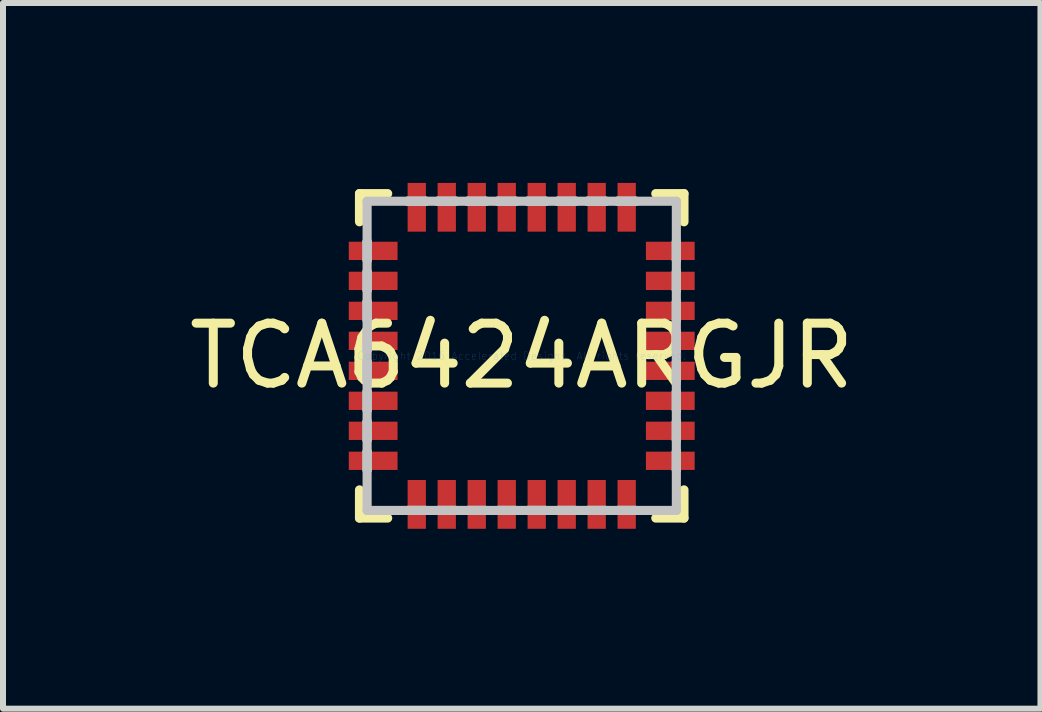
<source format=kicad_pcb>
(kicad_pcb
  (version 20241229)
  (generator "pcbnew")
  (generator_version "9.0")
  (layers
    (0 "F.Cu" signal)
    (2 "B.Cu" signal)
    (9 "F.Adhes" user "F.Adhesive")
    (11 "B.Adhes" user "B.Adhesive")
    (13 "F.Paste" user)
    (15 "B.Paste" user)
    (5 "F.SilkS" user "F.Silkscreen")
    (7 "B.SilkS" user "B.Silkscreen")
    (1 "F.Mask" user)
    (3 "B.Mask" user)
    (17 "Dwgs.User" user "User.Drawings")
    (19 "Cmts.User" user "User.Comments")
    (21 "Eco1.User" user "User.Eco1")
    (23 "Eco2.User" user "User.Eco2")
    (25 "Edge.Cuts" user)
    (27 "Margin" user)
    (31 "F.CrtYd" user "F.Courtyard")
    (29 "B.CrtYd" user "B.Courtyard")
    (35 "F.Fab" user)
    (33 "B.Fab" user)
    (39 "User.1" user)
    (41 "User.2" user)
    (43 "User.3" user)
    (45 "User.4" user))
  (footprint "TCA6424ARGJR"
    (layer "F.Cu")
    (at 5.649 2.883)
    (property "Reference" "TCA6424ARGJR" (at 0 0 0) (layer "F.SilkS") (effects (font (size 1 1) (thickness 0.15))))
    (attr through_hole)
    (fp_line (start -2.705 -2.705) (end -2.705 -2.235) (stroke (width 0.152) (type solid)) (layer "F.SilkS"))
    (fp_line (start -2.705 2.235) (end -2.705 2.705) (stroke (width 0.152) (type solid)) (layer "F.SilkS"))
    (fp_line (start -2.705 2.705) (end -2.235 2.705) (stroke (width 0.152) (type solid)) (layer "F.SilkS"))
    (fp_line (start -2.235 -2.705) (end -2.705 -2.705) (stroke (width 0.152) (type solid)) (layer "F.SilkS"))
    (fp_line (start 2.235 2.705) (end 2.705 2.705) (stroke (width 0.152) (type solid)) (layer "F.SilkS"))
    (fp_line (start 2.705 -2.705) (end 2.235 -2.705) (stroke (width 0.152) (type solid)) (layer "F.SilkS"))
    (fp_line (start 2.705 -2.235) (end 2.705 -2.705) (stroke (width 0.152) (type solid)) (layer "F.SilkS"))
    (fp_line (start 2.705 2.705) (end 2.705 2.235) (stroke (width 0.152) (type solid)) (layer "F.SilkS"))
    (fp_line (start -2.578 -2.578) (end -2.578 2.578) (stroke (width 0.152) (type solid)) (layer "Dwgs.User"))
    (fp_line (start -2.578 -1.902) (end -2.578 -1.902) (stroke (width 0.152) (type solid)) (layer "Dwgs.User"))
    (fp_line (start -2.578 -1.902) (end -2.578 -1.598) (stroke (width 0.152) (type solid)) (layer "Dwgs.User"))
    (fp_line (start -2.578 -1.598) (end -2.578 -1.902) (stroke (width 0.152) (type solid)) (layer "Dwgs.User"))
    (fp_line (start -2.578 -1.598) (end -2.578 -1.598) (stroke (width 0.152) (type solid)) (layer "Dwgs.User"))
    (fp_line (start -2.578 -1.402) (end -2.578 -1.402) (stroke (width 0.152) (type solid)) (layer "Dwgs.User"))
    (fp_line (start -2.578 -1.402) (end -2.578 -1.098) (stroke (width 0.152) (type solid)) (layer "Dwgs.User"))
    (fp_line (start -2.578 -1.098) (end -2.578 -1.402) (stroke (width 0.152) (type solid)) (layer "Dwgs.User"))
    (fp_line (start -2.578 -1.098) (end -2.578 -1.098) (stroke (width 0.152) (type solid)) (layer "Dwgs.User"))
    (fp_line (start -2.578 -0.902) (end -2.578 -0.902) (stroke (width 0.152) (type solid)) (layer "Dwgs.User"))
    (fp_line (start -2.578 -0.902) (end -2.578 -0.598) (stroke (width 0.152) (type solid)) (layer "Dwgs.User"))
    (fp_line (start -2.578 -0.598) (end -2.578 -0.902) (stroke (width 0.152) (type solid)) (layer "Dwgs.User"))
    (fp_line (start -2.578 -0.598) (end -2.578 -0.598) (stroke (width 0.152) (type solid)) (layer "Dwgs.User"))
    (fp_line (start -2.578 -0.402) (end -2.578 -0.402) (stroke (width 0.152) (type solid)) (layer "Dwgs.User"))
    (fp_line (start -2.578 -0.402) (end -2.578 -0.098) (stroke (width 0.152) (type solid)) (layer "Dwgs.User"))
    (fp_line (start -2.578 -0.098) (end -2.578 -0.402) (stroke (width 0.152) (type solid)) (layer "Dwgs.User"))
    (fp_line (start -2.578 -0.098) (end -2.578 -0.098) (stroke (width 0.152) (type solid)) (layer "Dwgs.User"))
    (fp_line (start -2.578 0.098) (end -2.578 0.098) (stroke (width 0.152) (type solid)) (layer "Dwgs.User"))
    (fp_line (start -2.578 0.098) (end -2.578 0.402) (stroke (width 0.152) (type solid)) (layer "Dwgs.User"))
    (fp_line (start -2.578 0.402) (end -2.578 0.098) (stroke (width 0.152) (type solid)) (layer "Dwgs.User"))
    (fp_line (start -2.578 0.402) (end -2.578 0.402) (stroke (width 0.152) (type solid)) (layer "Dwgs.User"))
    (fp_line (start -2.578 0.598) (end -2.578 0.598) (stroke (width 0.152) (type solid)) (layer "Dwgs.User"))
    (fp_line (start -2.578 0.598) (end -2.578 0.902) (stroke (width 0.152) (type solid)) (layer "Dwgs.User"))
    (fp_line (start -2.578 0.902) (end -2.578 0.598) (stroke (width 0.152) (type solid)) (layer "Dwgs.User"))
    (fp_line (start -2.578 0.902) (end -2.578 0.902) (stroke (width 0.152) (type solid)) (layer "Dwgs.User"))
    (fp_line (start -2.578 1.098) (end -2.578 1.098) (stroke (width 0.152) (type solid)) (layer "Dwgs.User"))
    (fp_line (start -2.578 1.098) (end -2.578 1.402) (stroke (width 0.152) (type solid)) (layer "Dwgs.User"))
    (fp_line (start -2.578 1.402) (end -2.578 1.098) (stroke (width 0.152) (type solid)) (layer "Dwgs.User"))
    (fp_line (start -2.578 1.402) (end -2.578 1.402) (stroke (width 0.152) (type solid)) (layer "Dwgs.User"))
    (fp_line (start -2.578 1.598) (end -2.578 1.598) (stroke (width 0.152) (type solid)) (layer "Dwgs.User"))
    (fp_line (start -2.578 1.598) (end -2.578 1.902) (stroke (width 0.152) (type solid)) (layer "Dwgs.User"))
    (fp_line (start -2.578 1.902) (end -2.578 1.598) (stroke (width 0.152) (type solid)) (layer "Dwgs.User"))
    (fp_line (start -2.578 1.902) (end -2.578 1.902) (stroke (width 0.152) (type solid)) (layer "Dwgs.User"))
    (fp_line (start -2.578 2.578) (end 2.578 2.578) (stroke (width 0.152) (type solid)) (layer "Dwgs.User"))
    (fp_line (start -1.902 -2.578) (end -1.902 -2.578) (stroke (width 0.152) (type solid)) (layer "Dwgs.User"))
    (fp_line (start -1.902 -2.578) (end -1.598 -2.578) (stroke (width 0.152) (type solid)) (layer "Dwgs.User"))
    (fp_line (start -1.902 2.578) (end -1.902 2.578) (stroke (width 0.152) (type solid)) (layer "Dwgs.User"))
    (fp_line (start -1.902 2.578) (end -1.598 2.578) (stroke (width 0.152) (type solid)) (layer "Dwgs.User"))
    (fp_line (start -1.598 -2.578) (end -1.902 -2.578) (stroke (width 0.152) (type solid)) (layer "Dwgs.User"))
    (fp_line (start -1.598 -2.578) (end -1.598 -2.578) (stroke (width 0.152) (type solid)) (layer "Dwgs.User"))
    (fp_line (start -1.598 2.578) (end -1.902 2.578) (stroke (width 0.152) (type solid)) (layer "Dwgs.User"))
    (fp_line (start -1.598 2.578) (end -1.598 2.578) (stroke (width 0.152) (type solid)) (layer "Dwgs.User"))
    (fp_line (start -1.402 -2.578) (end -1.402 -2.578) (stroke (width 0.152) (type solid)) (layer "Dwgs.User"))
    (fp_line (start -1.402 -2.578) (end -1.098 -2.578) (stroke (width 0.152) (type solid)) (layer "Dwgs.User"))
    (fp_line (start -1.402 2.578) (end -1.402 2.578) (stroke (width 0.152) (type solid)) (layer "Dwgs.User"))
    (fp_line (start -1.402 2.578) (end -1.098 2.578) (stroke (width 0.152) (type solid)) (layer "Dwgs.User"))
    (fp_line (start -1.098 -2.578) (end -1.402 -2.578) (stroke (width 0.152) (type solid)) (layer "Dwgs.User"))
    (fp_line (start -1.098 -2.578) (end -1.098 -2.578) (stroke (width 0.152) (type solid)) (layer "Dwgs.User"))
    (fp_line (start -1.098 2.578) (end -1.402 2.578) (stroke (width 0.152) (type solid)) (layer "Dwgs.User"))
    (fp_line (start -1.098 2.578) (end -1.098 2.578) (stroke (width 0.152) (type solid)) (layer "Dwgs.User"))
    (fp_line (start -0.902 -2.578) (end -0.902 -2.578) (stroke (width 0.152) (type solid)) (layer "Dwgs.User"))
    (fp_line (start -0.902 -2.578) (end -0.598 -2.578) (stroke (width 0.152) (type solid)) (layer "Dwgs.User"))
    (fp_line (start -0.902 2.578) (end -0.902 2.578) (stroke (width 0.152) (type solid)) (layer "Dwgs.User"))
    (fp_line (start -0.902 2.578) (end -0.598 2.578) (stroke (width 0.152) (type solid)) (layer "Dwgs.User"))
    (fp_line (start -0.598 -2.578) (end -0.902 -2.578) (stroke (width 0.152) (type solid)) (layer "Dwgs.User"))
    (fp_line (start -0.598 -2.578) (end -0.598 -2.578) (stroke (width 0.152) (type solid)) (layer "Dwgs.User"))
    (fp_line (start -0.598 2.578) (end -0.902 2.578) (stroke (width 0.152) (type solid)) (layer "Dwgs.User"))
    (fp_line (start -0.598 2.578) (end -0.598 2.578) (stroke (width 0.152) (type solid)) (layer "Dwgs.User"))
    (fp_line (start -0.402 -2.578) (end -0.402 -2.578) (stroke (width 0.152) (type solid)) (layer "Dwgs.User"))
    (fp_line (start -0.402 -2.578) (end -0.098 -2.578) (stroke (width 0.152) (type solid)) (layer "Dwgs.User"))
    (fp_line (start -0.402 2.578) (end -0.402 2.578) (stroke (width 0.152) (type solid)) (layer "Dwgs.User"))
    (fp_line (start -0.402 2.578) (end -0.098 2.578) (stroke (width 0.152) (type solid)) (layer "Dwgs.User"))
    (fp_line (start -0.098 -2.578) (end -0.402 -2.578) (stroke (width 0.152) (type solid)) (layer "Dwgs.User"))
    (fp_line (start -0.098 -2.578) (end -0.098 -2.578) (stroke (width 0.152) (type solid)) (layer "Dwgs.User"))
    (fp_line (start -0.098 2.578) (end -0.402 2.578) (stroke (width 0.152) (type solid)) (layer "Dwgs.User"))
    (fp_line (start -0.098 2.578) (end -0.098 2.578) (stroke (width 0.152) (type solid)) (layer "Dwgs.User"))
    (fp_line (start 0.098 -2.578) (end 0.098 -2.578) (stroke (width 0.152) (type solid)) (layer "Dwgs.User"))
    (fp_line (start 0.098 -2.578) (end 0.402 -2.578) (stroke (width 0.152) (type solid)) (layer "Dwgs.User"))
    (fp_line (start 0.098 2.578) (end 0.098 2.578) (stroke (width 0.152) (type solid)) (layer "Dwgs.User"))
    (fp_line (start 0.098 2.578) (end 0.402 2.578) (stroke (width 0.152) (type solid)) (layer "Dwgs.User"))
    (fp_line (start 0.402 -2.578) (end 0.098 -2.578) (stroke (width 0.152) (type solid)) (layer "Dwgs.User"))
    (fp_line (start 0.402 -2.578) (end 0.402 -2.578) (stroke (width 0.152) (type solid)) (layer "Dwgs.User"))
    (fp_line (start 0.402 2.578) (end 0.098 2.578) (stroke (width 0.152) (type solid)) (layer "Dwgs.User"))
    (fp_line (start 0.402 2.578) (end 0.402 2.578) (stroke (width 0.152) (type solid)) (layer "Dwgs.User"))
    (fp_line (start 0.598 -2.578) (end 0.598 -2.578) (stroke (width 0.152) (type solid)) (layer "Dwgs.User"))
    (fp_line (start 0.598 -2.578) (end 0.902 -2.578) (stroke (width 0.152) (type solid)) (layer "Dwgs.User"))
    (fp_line (start 0.598 2.578) (end 0.598 2.578) (stroke (width 0.152) (type solid)) (layer "Dwgs.User"))
    (fp_line (start 0.598 2.578) (end 0.902 2.578) (stroke (width 0.152) (type solid)) (layer "Dwgs.User"))
    (fp_line (start 0.902 -2.578) (end 0.598 -2.578) (stroke (width 0.152) (type solid)) (layer "Dwgs.User"))
    (fp_line (start 0.902 -2.578) (end 0.902 -2.578) (stroke (width 0.152) (type solid)) (layer "Dwgs.User"))
    (fp_line (start 0.902 2.578) (end 0.598 2.578) (stroke (width 0.152) (type solid)) (layer "Dwgs.User"))
    (fp_line (start 0.902 2.578) (end 0.902 2.578) (stroke (width 0.152) (type solid)) (layer "Dwgs.User"))
    (fp_line (start 1.098 -2.578) (end 1.098 -2.578) (stroke (width 0.152) (type solid)) (layer "Dwgs.User"))
    (fp_line (start 1.098 -2.578) (end 1.402 -2.578) (stroke (width 0.152) (type solid)) (layer "Dwgs.User"))
    (fp_line (start 1.098 2.578) (end 1.098 2.578) (stroke (width 0.152) (type solid)) (layer "Dwgs.User"))
    (fp_line (start 1.098 2.578) (end 1.402 2.578) (stroke (width 0.152) (type solid)) (layer "Dwgs.User"))
    (fp_line (start 1.402 -2.578) (end 1.098 -2.578) (stroke (width 0.152) (type solid)) (layer "Dwgs.User"))
    (fp_line (start 1.402 -2.578) (end 1.402 -2.578) (stroke (width 0.152) (type solid)) (layer "Dwgs.User"))
    (fp_line (start 1.402 2.578) (end 1.098 2.578) (stroke (width 0.152) (type solid)) (layer "Dwgs.User"))
    (fp_line (start 1.402 2.578) (end 1.402 2.578) (stroke (width 0.152) (type solid)) (layer "Dwgs.User"))
    (fp_line (start 1.598 -2.578) (end 1.598 -2.578) (stroke (width 0.152) (type solid)) (layer "Dwgs.User"))
    (fp_line (start 1.598 -2.578) (end 1.902 -2.578) (stroke (width 0.152) (type solid)) (layer "Dwgs.User"))
    (fp_line (start 1.598 2.578) (end 1.598 2.578) (stroke (width 0.152) (type solid)) (layer "Dwgs.User"))
    (fp_line (start 1.598 2.578) (end 1.902 2.578) (stroke (width 0.152) (type solid)) (layer "Dwgs.User"))
    (fp_line (start 1.902 -2.578) (end 1.598 -2.578) (stroke (width 0.152) (type solid)) (layer "Dwgs.User"))
    (fp_line (start 1.902 -2.578) (end 1.902 -2.578) (stroke (width 0.152) (type solid)) (layer "Dwgs.User"))
    (fp_line (start 1.902 2.578) (end 1.598 2.578) (stroke (width 0.152) (type solid)) (layer "Dwgs.User"))
    (fp_line (start 1.902 2.578) (end 1.902 2.578) (stroke (width 0.152) (type solid)) (layer "Dwgs.User"))
    (fp_line (start 2.578 -2.578) (end -2.578 -2.578) (stroke (width 0.152) (type solid)) (layer "Dwgs.User"))
    (fp_line (start 2.578 -1.902) (end 2.578 -1.902) (stroke (width 0.152) (type solid)) (layer "Dwgs.User"))
    (fp_line (start 2.578 -1.902) (end 2.578 -1.598) (stroke (width 0.152) (type solid)) (layer "Dwgs.User"))
    (fp_line (start 2.578 -1.598) (end 2.578 -1.902) (stroke (width 0.152) (type solid)) (layer "Dwgs.User"))
    (fp_line (start 2.578 -1.598) (end 2.578 -1.598) (stroke (width 0.152) (type solid)) (layer "Dwgs.User"))
    (fp_line (start 2.578 -1.402) (end 2.578 -1.402) (stroke (width 0.152) (type solid)) (layer "Dwgs.User"))
    (fp_line (start 2.578 -1.402) (end 2.578 -1.098) (stroke (width 0.152) (type solid)) (layer "Dwgs.User"))
    (fp_line (start 2.578 -1.098) (end 2.578 -1.402) (stroke (width 0.152) (type solid)) (layer "Dwgs.User"))
    (fp_line (start 2.578 -1.098) (end 2.578 -1.098) (stroke (width 0.152) (type solid)) (layer "Dwgs.User"))
    (fp_line (start 2.578 -0.902) (end 2.578 -0.902) (stroke (width 0.152) (type solid)) (layer "Dwgs.User"))
    (fp_line (start 2.578 -0.902) (end 2.578 -0.598) (stroke (width 0.152) (type solid)) (layer "Dwgs.User"))
    (fp_line (start 2.578 -0.598) (end 2.578 -0.902) (stroke (width 0.152) (type solid)) (layer "Dwgs.User"))
    (fp_line (start 2.578 -0.598) (end 2.578 -0.598) (stroke (width 0.152) (type solid)) (layer "Dwgs.User"))
    (fp_line (start 2.578 -0.402) (end 2.578 -0.402) (stroke (width 0.152) (type solid)) (layer "Dwgs.User"))
    (fp_line (start 2.578 -0.402) (end 2.578 -0.098) (stroke (width 0.152) (type solid)) (layer "Dwgs.User"))
    (fp_line (start 2.578 -0.098) (end 2.578 -0.402) (stroke (width 0.152) (type solid)) (layer "Dwgs.User"))
    (fp_line (start 2.578 -0.098) (end 2.578 -0.098) (stroke (width 0.152) (type solid)) (layer "Dwgs.User"))
    (fp_line (start 2.578 0.098) (end 2.578 0.098) (stroke (width 0.152) (type solid)) (layer "Dwgs.User"))
    (fp_line (start 2.578 0.098) (end 2.578 0.402) (stroke (width 0.152) (type solid)) (layer "Dwgs.User"))
    (fp_line (start 2.578 0.402) (end 2.578 0.098) (stroke (width 0.152) (type solid)) (layer "Dwgs.User"))
    (fp_line (start 2.578 0.402) (end 2.578 0.402) (stroke (width 0.152) (type solid)) (layer "Dwgs.User"))
    (fp_line (start 2.578 0.598) (end 2.578 0.598) (stroke (width 0.152) (type solid)) (layer "Dwgs.User"))
    (fp_line (start 2.578 0.598) (end 2.578 0.902) (stroke (width 0.152) (type solid)) (layer "Dwgs.User"))
    (fp_line (start 2.578 0.902) (end 2.578 0.598) (stroke (width 0.152) (type solid)) (layer "Dwgs.User"))
    (fp_line (start 2.578 0.902) (end 2.578 0.902) (stroke (width 0.152) (type solid)) (layer "Dwgs.User"))
    (fp_line (start 2.578 1.098) (end 2.578 1.098) (stroke (width 0.152) (type solid)) (layer "Dwgs.User"))
    (fp_line (start 2.578 1.098) (end 2.578 1.402) (stroke (width 0.152) (type solid)) (layer "Dwgs.User"))
    (fp_line (start 2.578 1.402) (end 2.578 1.098) (stroke (width 0.152) (type solid)) (layer "Dwgs.User"))
    (fp_line (start 2.578 1.402) (end 2.578 1.402) (stroke (width 0.152) (type solid)) (layer "Dwgs.User"))
    (fp_line (start 2.578 1.598) (end 2.578 1.598) (stroke (width 0.152) (type solid)) (layer "Dwgs.User"))
    (fp_line (start 2.578 1.598) (end 2.578 1.902) (stroke (width 0.152) (type solid)) (layer "Dwgs.User"))
    (fp_line (start 2.578 1.902) (end 2.578 1.598) (stroke (width 0.152) (type solid)) (layer "Dwgs.User"))
    (fp_line (start 2.578 1.902) (end 2.578 1.902) (stroke (width 0.152) (type solid)) (layer "Dwgs.User"))
    (fp_line (start 2.578 2.578) (end 2.578 -2.578) (stroke (width 0.152) (type solid)) (layer "Dwgs.User"))
    (fp_text user "Copyright 2016 Accelerated Designs. All rights reserved." (at 0 0 0) (layer "Cmts.User") (effects (font (size 0.127 0.127) (thickness 0.002))))
    (pad "" smd rect (at -2.477 -1.75 90) (size 0.305 0.813) (layers "F.Mask"))
    (pad "" smd rect (at -2.477 -1.75 90) (size 0.305 0.813) (layers "F.Paste"))
    (pad "" smd rect (at -2.477 -1.25 90) (size 0.305 0.813) (layers "F.Mask"))
    (pad "" smd rect (at -2.477 -1.25 90) (size 0.305 0.813) (layers "F.Paste"))
    (pad "" smd rect (at -2.477 -0.75 90) (size 0.305 0.813) (layers "F.Mask"))
    (pad "" smd rect (at -2.477 -0.75 90) (size 0.305 0.813) (layers "F.Paste"))
    (pad "" smd rect (at -2.477 -0.25 90) (size 0.305 0.813) (layers "F.Mask"))
    (pad "" smd rect (at -2.477 -0.25 90) (size 0.305 0.813) (layers "F.Paste"))
    (pad "" smd rect (at -2.477 0.25 90) (size 0.305 0.813) (layers "F.Mask"))
    (pad "" smd rect (at -2.477 0.25 90) (size 0.305 0.813) (layers "F.Paste"))
    (pad "" smd rect (at -2.477 0.75 90) (size 0.305 0.813) (layers "F.Mask"))
    (pad "" smd rect (at -2.477 0.75 90) (size 0.305 0.813) (layers "F.Paste"))
    (pad "" smd rect (at -2.477 1.25 90) (size 0.305 0.813) (layers "F.Mask"))
    (pad "" smd rect (at -2.477 1.25 90) (size 0.305 0.813) (layers "F.Paste"))
    (pad "" smd rect (at -2.477 1.75 90) (size 0.305 0.813) (layers "F.Mask"))
    (pad "" smd rect (at -2.477 1.75 90) (size 0.305 0.813) (layers "F.Paste"))
    (pad "" smd rect (at -1.75 -2.477) (size 0.305 0.813) (layers "F.Mask"))
    (pad "" smd rect (at -1.75 -2.477) (size 0.305 0.813) (layers "F.Paste"))
    (pad "" smd rect (at -1.75 2.477) (size 0.305 0.813) (layers "F.Mask"))
    (pad "" smd rect (at -1.75 2.477) (size 0.305 0.813) (layers "F.Paste"))
    (pad "" smd rect (at -1.25 -2.477) (size 0.305 0.813) (layers "F.Mask"))
    (pad "" smd rect (at -1.25 -2.477) (size 0.305 0.813) (layers "F.Paste"))
    (pad "" smd rect (at -1.25 2.477) (size 0.305 0.813) (layers "F.Mask"))
    (pad "" smd rect (at -1.25 2.477) (size 0.305 0.813) (layers "F.Paste"))
    (pad "" smd rect (at -0.75 -2.477) (size 0.305 0.813) (layers "F.Mask"))
    (pad "" smd rect (at -0.75 -2.477) (size 0.305 0.813) (layers "F.Paste"))
    (pad "" smd rect (at -0.75 2.477) (size 0.305 0.813) (layers "F.Mask"))
    (pad "" smd rect (at -0.75 2.477) (size 0.305 0.813) (layers "F.Paste"))
    (pad "" smd rect (at -0.25 -2.477) (size 0.305 0.813) (layers "F.Mask"))
    (pad "" smd rect (at -0.25 -2.477) (size 0.305 0.813) (layers "F.Paste"))
    (pad "" smd rect (at -0.25 2.477) (size 0.305 0.813) (layers "F.Mask"))
    (pad "" smd rect (at -0.25 2.477) (size 0.305 0.813) (layers "F.Paste"))
    (pad "" smd rect (at 0.25 -2.477) (size 0.305 0.813) (layers "F.Mask"))
    (pad "" smd rect (at 0.25 -2.477) (size 0.305 0.813) (layers "F.Paste"))
    (pad "" smd rect (at 0.25 2.477) (size 0.305 0.813) (layers "F.Mask"))
    (pad "" smd rect (at 0.25 2.477) (size 0.305 0.813) (layers "F.Paste"))
    (pad "" smd rect (at 0.75 -2.477) (size 0.305 0.813) (layers "F.Mask"))
    (pad "" smd rect (at 0.75 -2.477) (size 0.305 0.813) (layers "F.Paste"))
    (pad "" smd rect (at 0.75 2.477) (size 0.305 0.813) (layers "F.Mask"))
    (pad "" smd rect (at 0.75 2.477) (size 0.305 0.813) (layers "F.Paste"))
    (pad "" smd rect (at 1.25 -2.477) (size 0.305 0.813) (layers "F.Mask"))
    (pad "" smd rect (at 1.25 -2.477) (size 0.305 0.813) (layers "F.Paste"))
    (pad "" smd rect (at 1.25 2.477) (size 0.305 0.813) (layers "F.Mask"))
    (pad "" smd rect (at 1.25 2.477) (size 0.305 0.813) (layers "F.Paste"))
    (pad "" smd rect (at 1.75 -2.477) (size 0.305 0.813) (layers "F.Mask"))
    (pad "" smd rect (at 1.75 -2.477) (size 0.305 0.813) (layers "F.Paste"))
    (pad "" smd rect (at 1.75 2.477) (size 0.305 0.813) (layers "F.Mask"))
    (pad "" smd rect (at 1.75 2.477) (size 0.305 0.813) (layers "F.Paste"))
    (pad "" smd rect (at 2.477 -1.75 90) (size 0.305 0.813) (layers "F.Mask"))
    (pad "" smd rect (at 2.477 -1.75 90) (size 0.305 0.813) (layers "F.Paste"))
    (pad "" smd rect (at 2.477 -1.25 90) (size 0.305 0.813) (layers "F.Mask"))
    (pad "" smd rect (at 2.477 -1.25 90) (size 0.305 0.813) (layers "F.Paste"))
    (pad "" smd rect (at 2.477 -0.75 90) (size 0.305 0.813) (layers "F.Mask"))
    (pad "" smd rect (at 2.477 -0.75 90) (size 0.305 0.813) (layers "F.Paste"))
    (pad "" smd rect (at 2.477 -0.25 90) (size 0.305 0.813) (layers "F.Mask"))
    (pad "" smd rect (at 2.477 -0.25 90) (size 0.305 0.813) (layers "F.Paste"))
    (pad "" smd rect (at 2.477 0.25 90) (size 0.305 0.813) (layers "F.Mask"))
    (pad "" smd rect (at 2.477 0.25 90) (size 0.305 0.813) (layers "F.Paste"))
    (pad "" smd rect (at 2.477 0.75 90) (size 0.305 0.813) (layers "F.Mask"))
    (pad "" smd rect (at 2.477 0.75 90) (size 0.305 0.813) (layers "F.Paste"))
    (pad "" smd rect (at 2.477 1.25 90) (size 0.305 0.813) (layers "F.Mask"))
    (pad "" smd rect (at 2.477 1.25 90) (size 0.305 0.813) (layers "F.Paste"))
    (pad "" smd rect (at 2.477 1.75 90) (size 0.305 0.813) (layers "F.Mask"))
    (pad "" smd rect (at 2.477 1.75 90) (size 0.305 0.813) (layers "F.Paste"))
    (pad "1" smd rect (at 1.75 -2.477) (size 0.305 0.813) (layers "F.Cu"))
    (pad "2" smd rect (at 1.25 -2.477) (size 0.305 0.813) (layers "F.Cu"))
    (pad "3" smd rect (at 0.75 -2.477) (size 0.305 0.813) (layers "F.Cu"))
    (pad "4" smd rect (at 0.25 -2.477) (size 0.305 0.813) (layers "F.Cu"))
    (pad "5" smd rect (at -0.25 -2.477) (size 0.305 0.813) (layers "F.Cu"))
    (pad "6" smd rect (at -0.75 -2.477) (size 0.305 0.813) (layers "F.Cu"))
    (pad "7" smd rect (at -1.25 -2.477) (size 0.305 0.813) (layers "F.Cu"))
    (pad "8" smd rect (at -1.75 -2.477) (size 0.305 0.813) (layers "F.Cu"))
    (pad "9" smd rect (at -2.477 -1.75 90) (size 0.305 0.813) (layers "F.Cu"))
    (pad "10" smd rect (at -2.477 -1.25 90) (size 0.305 0.813) (layers "F.Cu"))
    (pad "11" smd rect (at -2.477 -0.75 90) (size 0.305 0.813) (layers "F.Cu"))
    (pad "12" smd rect (at -2.477 -0.25 90) (size 0.305 0.813) (layers "F.Cu"))
    (pad "13" smd rect (at -2.477 0.25 90) (size 0.305 0.813) (layers "F.Cu"))
    (pad "14" smd rect (at -2.477 0.75 90) (size 0.305 0.813) (layers "F.Cu"))
    (pad "15" smd rect (at -2.477 1.25 90) (size 0.305 0.813) (layers "F.Cu"))
    (pad "16" smd rect (at -2.477 1.75 90) (size 0.305 0.813) (layers "F.Cu"))
    (pad "17" smd rect (at -1.75 2.477) (size 0.305 0.813) (layers "F.Cu"))
    (pad "18" smd rect (at -1.25 2.477) (size 0.305 0.813) (layers "F.Cu"))
    (pad "19" smd rect (at -0.75 2.477) (size 0.305 0.813) (layers "F.Cu"))
    (pad "20" smd rect (at -0.25 2.477) (size 0.305 0.813) (layers "F.Cu"))
    (pad "21" smd rect (at 0.25 2.477) (size 0.305 0.813) (layers "F.Cu"))
    (pad "22" smd rect (at 0.75 2.477) (size 0.305 0.813) (layers "F.Cu"))
    (pad "23" smd rect (at 1.25 2.477) (size 0.305 0.813) (layers "F.Cu"))
    (pad "24" smd rect (at 1.75 2.477) (size 0.305 0.813) (layers "F.Cu"))
    (pad "25" smd rect (at 2.477 1.75 90) (size 0.305 0.813) (layers "F.Cu"))
    (pad "26" smd rect (at 2.477 1.25 90) (size 0.305 0.813) (layers "F.Cu"))
    (pad "27" smd rect (at 2.477 0.75 90) (size 0.305 0.813) (layers "F.Cu"))
    (pad "28" smd rect (at 2.477 0.25 90) (size 0.305 0.813) (layers "F.Cu"))
    (pad "29" smd rect (at 2.477 -0.25 90) (size 0.305 0.813) (layers "F.Cu"))
    (pad "30" smd rect (at 2.477 -0.75 90) (size 0.305 0.813) (layers "F.Cu"))
    (pad "31" smd rect (at 2.477 -1.25 90) (size 0.305 0.813) (layers "F.Cu"))
    (pad "32" smd rect (at 2.477 -1.75 90) (size 0.305 0.813) (layers "F.Cu")))
  (gr_rect
    (start -3 -3)
    (end 14.298 8.766)
    (stroke (width 0.1) (type default))
    (fill no)
    (layer "Edge.Cuts")))
</source>
